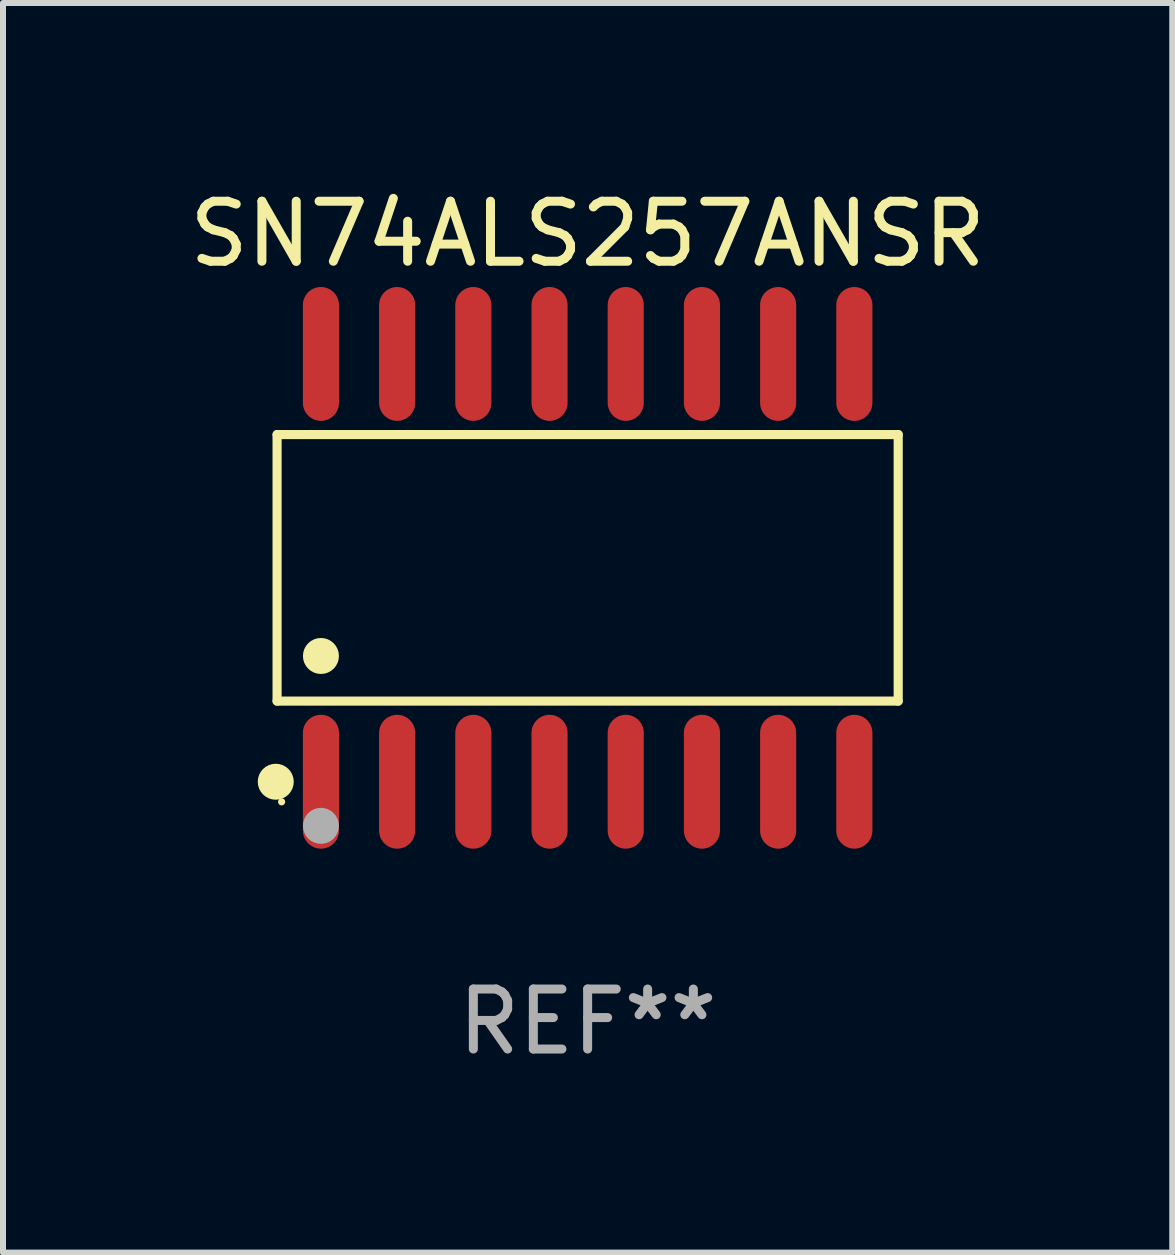
<source format=kicad_pcb>
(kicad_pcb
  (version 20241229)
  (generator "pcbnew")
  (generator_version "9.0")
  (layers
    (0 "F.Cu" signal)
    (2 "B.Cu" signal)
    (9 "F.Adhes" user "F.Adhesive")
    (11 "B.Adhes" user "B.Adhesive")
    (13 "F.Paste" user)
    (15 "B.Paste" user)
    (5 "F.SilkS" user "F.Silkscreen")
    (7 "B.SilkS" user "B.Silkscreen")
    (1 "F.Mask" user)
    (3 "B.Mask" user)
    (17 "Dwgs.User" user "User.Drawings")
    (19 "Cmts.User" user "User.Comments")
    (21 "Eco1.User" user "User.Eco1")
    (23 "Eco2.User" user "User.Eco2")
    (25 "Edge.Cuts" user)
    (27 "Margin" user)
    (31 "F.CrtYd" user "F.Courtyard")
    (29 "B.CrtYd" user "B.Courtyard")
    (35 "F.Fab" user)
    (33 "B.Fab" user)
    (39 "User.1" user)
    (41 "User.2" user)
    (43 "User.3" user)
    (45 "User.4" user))
  (footprint "SN74ALS257ANSR"
    (layer "F.Cu")
    (at 6.744 6.414)
    (property "Reference" "SN74ALS257ANSR" (at 0 -5.565 0) (layer "F.SilkS") (effects (font (size 1 1) (thickness 0.15))))
    (attr through_hole)
    (fp_line (start -5.176 -2.221) (end 5.176 -2.221) (stroke (width 0.152) (type solid)) (layer "F.SilkS"))
    (fp_line (start -5.176 2.221) (end -5.176 -2.221) (stroke (width 0.152) (type solid)) (layer "F.SilkS"))
    (fp_line (start 5.176 -2.221) (end 5.176 2.221) (stroke (width 0.152) (type solid)) (layer "F.SilkS"))
    (fp_line (start 5.176 2.221) (end -5.176 2.221) (stroke (width 0.152) (type solid)) (layer "F.SilkS"))
    (fp_circle (center -5.198 3.565) (end -5.048 3.565) (stroke (width 0.3) (type solid)) (fill no) (layer "F.SilkS"))
    (fp_circle (center -5.1 3.9) (end -5.07 3.9) (stroke (width 0.06) (type solid)) (fill no) (layer "F.SilkS"))
    (fp_circle (center -4.445 1.469) (end -4.295 1.469) (stroke (width 0.3) (type solid)) (fill no) (layer "F.SilkS"))
    (fp_circle (center -4.445 4.3) (end -4.295 4.3) (stroke (width 0.3) (type solid)) (fill no) (layer "F.Fab"))
    (fp_text user "REF**" (at 0 7.565 0) (layer "F.Fab") (effects (font (size 1 1) (thickness 0.15))))
    (pad "1" smd oval (at -4.445 3.565) (size 0.602 2.231) (layers "F.Cu" "F.Mask" "F.Paste"))
    (pad "2" smd oval (at -3.175 3.565) (size 0.602 2.231) (layers "F.Cu" "F.Mask" "F.Paste"))
    (pad "3" smd oval (at -1.905 3.565) (size 0.602 2.231) (layers "F.Cu" "F.Mask" "F.Paste"))
    (pad "4" smd oval (at -0.635 3.565) (size 0.602 2.231) (layers "F.Cu" "F.Mask" "F.Paste"))
    (pad "5" smd oval (at 0.635 3.565) (size 0.602 2.231) (layers "F.Cu" "F.Mask" "F.Paste"))
    (pad "6" smd oval (at 1.905 3.565) (size 0.602 2.231) (layers "F.Cu" "F.Mask" "F.Paste"))
    (pad "7" smd oval (at 3.175 3.565) (size 0.602 2.231) (layers "F.Cu" "F.Mask" "F.Paste"))
    (pad "8" smd oval (at 4.445 3.565) (size 0.602 2.231) (layers "F.Cu" "F.Mask" "F.Paste"))
    (pad "9" smd oval (at 4.445 -3.565) (size 0.602 2.231) (layers "F.Cu" "F.Mask" "F.Paste"))
    (pad "10" smd oval (at 3.175 -3.565) (size 0.602 2.231) (layers "F.Cu" "F.Mask" "F.Paste"))
    (pad "11" smd oval (at 1.905 -3.565) (size 0.602 2.231) (layers "F.Cu" "F.Mask" "F.Paste"))
    (pad "12" smd oval (at 0.635 -3.565) (size 0.602 2.231) (layers "F.Cu" "F.Mask" "F.Paste"))
    (pad "13" smd oval (at -0.635 -3.565) (size 0.602 2.231) (layers "F.Cu" "F.Mask" "F.Paste"))
    (pad "14" smd oval (at -1.905 -3.565) (size 0.602 2.231) (layers "F.Cu" "F.Mask" "F.Paste"))
    (pad "15" smd oval (at -3.175 -3.565) (size 0.602 2.231) (layers "F.Cu" "F.Mask" "F.Paste"))
    (pad "16" smd oval (at -4.445 -3.565) (size 0.602 2.231) (layers "F.Cu" "F.Mask" "F.Paste")))
  (gr_rect
    (start -3 -3)
    (end 16.488 17.827)
    (stroke (width 0.1) (type default))
    (fill no)
    (layer "Edge.Cuts")))
</source>
